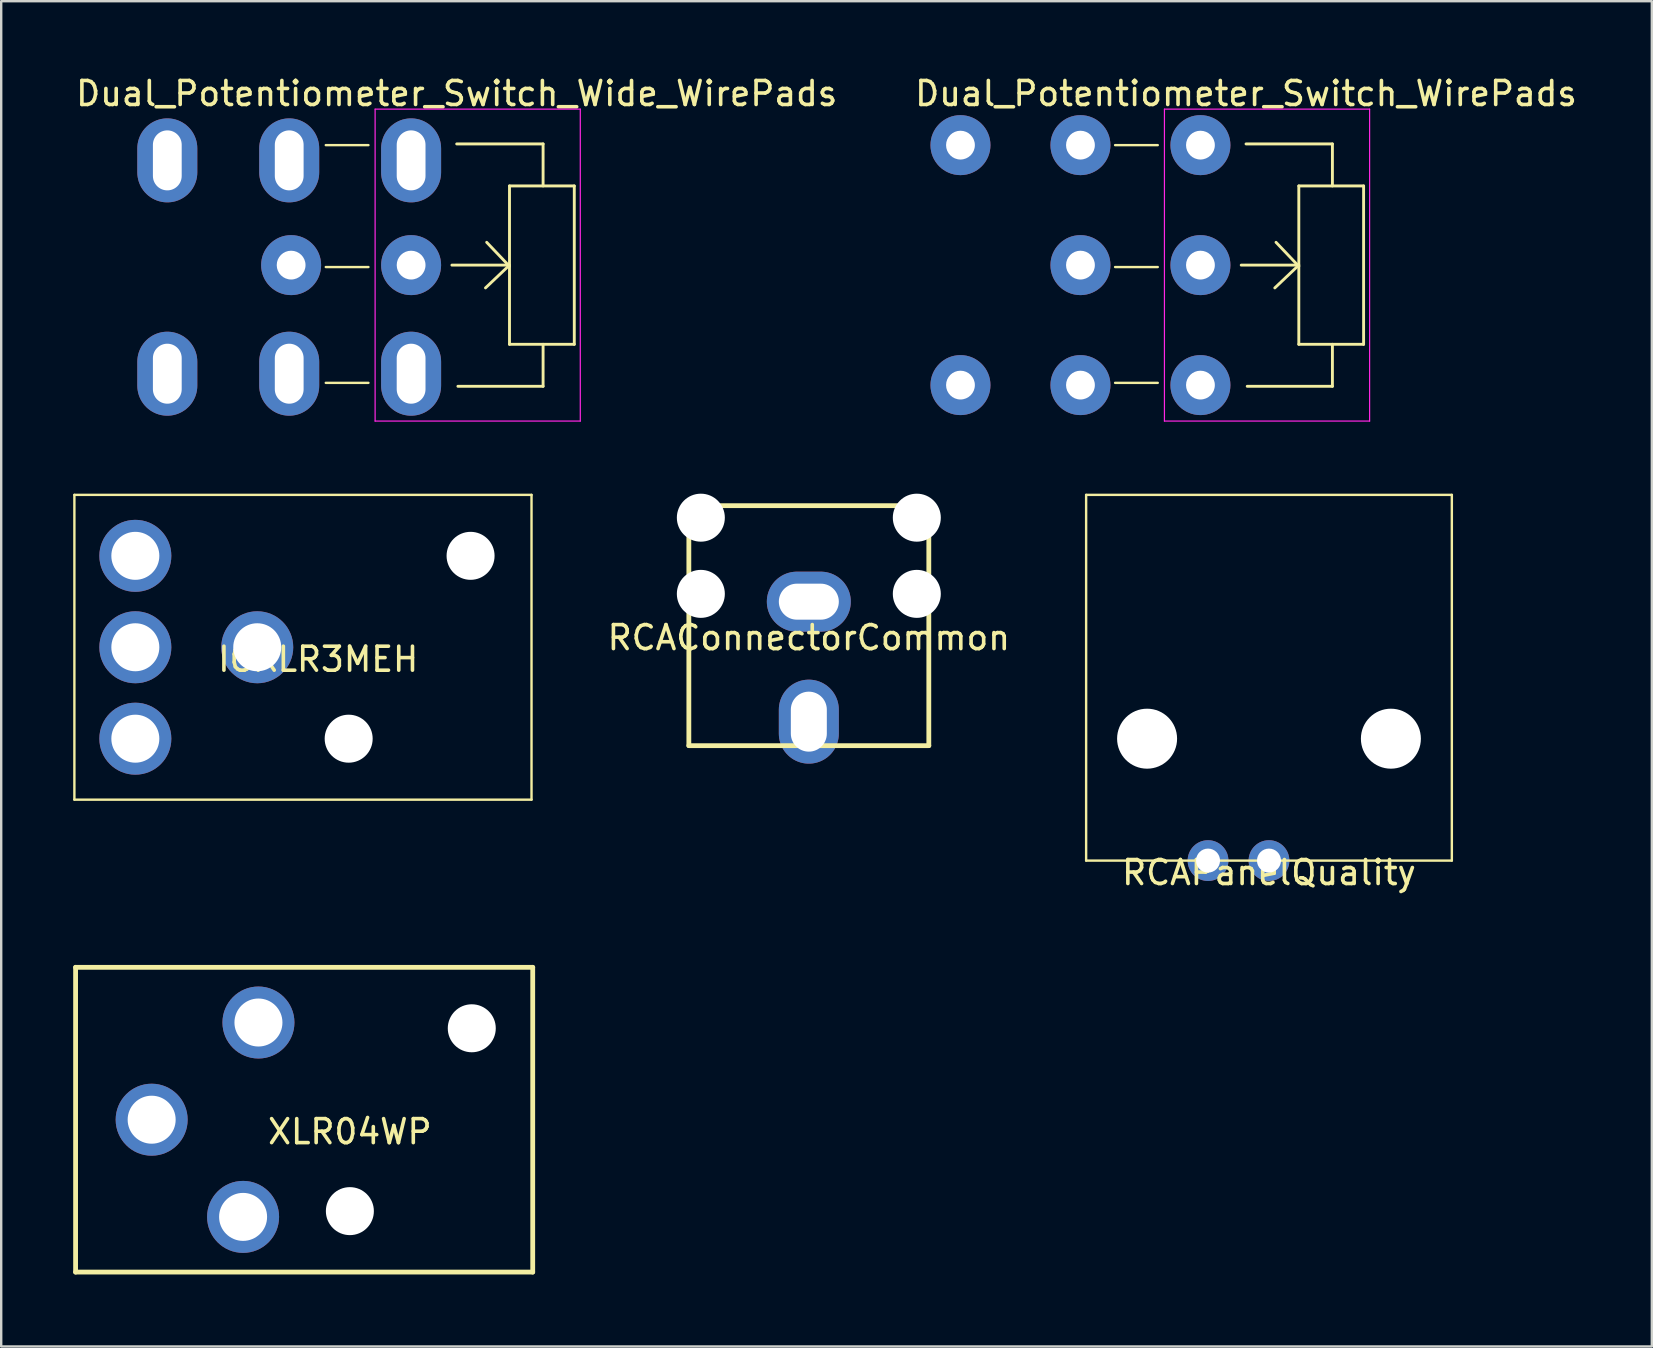
<source format=kicad_pcb>
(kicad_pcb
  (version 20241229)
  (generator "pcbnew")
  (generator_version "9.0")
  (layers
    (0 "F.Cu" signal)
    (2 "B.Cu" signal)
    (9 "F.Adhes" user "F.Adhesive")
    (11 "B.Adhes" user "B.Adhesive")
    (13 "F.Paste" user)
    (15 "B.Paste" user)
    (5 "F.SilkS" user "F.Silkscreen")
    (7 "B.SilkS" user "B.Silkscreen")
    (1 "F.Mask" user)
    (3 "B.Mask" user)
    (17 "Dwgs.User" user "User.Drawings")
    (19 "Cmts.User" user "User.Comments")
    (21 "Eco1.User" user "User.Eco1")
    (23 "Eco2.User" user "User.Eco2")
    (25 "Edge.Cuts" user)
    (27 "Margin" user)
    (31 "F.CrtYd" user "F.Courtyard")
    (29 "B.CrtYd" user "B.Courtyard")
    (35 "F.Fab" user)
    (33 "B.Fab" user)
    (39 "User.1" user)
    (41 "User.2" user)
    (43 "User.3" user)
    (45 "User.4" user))
  (footprint "RCAConnectorCommon"
    (layer "F.Cu")
    (at 30.656 23.023)
    (property "Reference" "RCAConnectorCommon" (at 0 0.5 0) (layer "F.SilkS") (effects (font (size 1 1) (thickness 0.15))))
    (attr through_hole)
    (fp_line (start -5 -5) (end 5 -5) (stroke (width 0.2) (type solid)) (layer "F.SilkS"))
    (fp_line (start -5 5) (end -5 -5) (stroke (width 0.2) (type solid)) (layer "F.SilkS"))
    (fp_line (start 5 -5) (end 5 5) (stroke (width 0.2) (type solid)) (layer "F.SilkS"))
    (fp_line (start 5 5) (end -5 5) (stroke (width 0.2) (type solid)) (layer "F.SilkS"))
    (pad "" np_thru_hole oval (at -4.5 -4.5) (size 2 2) (drill oval 2) (layers "*.Cu" "*.Mask"))
    (pad "" np_thru_hole oval (at -4.5 -1.325) (size 2 2) (drill oval 2) (layers "*.Cu" "*.Mask"))
    (pad "" np_thru_hole oval (at 4.5 -4.5) (size 2 2) (drill oval 2) (layers "*.Cu" "*.Mask"))
    (pad "" np_thru_hole oval (at 4.5 -1.325) (size 2 2) (drill oval 2) (layers "*.Cu" "*.Mask"))
    (pad "1" thru_hole oval (at 0 -1) (size 3.5 2.5) (drill oval 2.5 1.5) (layers "*.Cu" "*.Mask"))
    (pad "2" thru_hole oval (at 0 4) (size 2.5 3.5) (drill oval 1.5 2.5) (layers "*.Cu" "*.Mask")))
  (footprint "Dual_Potentiometer_Switch_WirePads"
    (layer "F.Cu")
    (at 46.975 2.998)
    (property "Reference" "Dual_Potentiometer_Switch_WirePads" (at 1.9 -2.15 0) (layer "F.SilkS") (effects (font (size 1 1) (thickness 0.15))))
    (attr through_hole)
    (fp_line (start -1.778 0) (end -3.556 0) (stroke (width 0.1) (type solid)) (layer "F.SilkS"))
    (fp_line (start -1.778 5.08) (end -3.556 5.08) (stroke (width 0.1) (type solid)) (layer "F.SilkS"))
    (fp_line (start -1.778 9.906) (end -3.556 9.906) (stroke (width 0.1) (type solid)) (layer "F.SilkS"))
    (fp_line (start 4.05 5) (end 1.7 5) (stroke (width 0.12) (type solid)) (layer "F.SilkS"))
    (fp_line (start 4.1 1.7) (end 6.8 1.7) (stroke (width 0.12) (type solid)) (layer "F.SilkS"))
    (fp_line (start 4.1 5) (end 3.1 5.95) (stroke (width 0.12) (type solid)) (layer "F.SilkS"))
    (fp_line (start 4.1 5.05) (end 3.15 4.05) (stroke (width 0.12) (type solid)) (layer "F.SilkS"))
    (fp_line (start 4.1 8.3) (end 4.1 1.7) (stroke (width 0.12) (type solid)) (layer "F.SilkS"))
    (fp_line (start 5.5 -0.05) (end 1.9 -0.05) (stroke (width 0.12) (type solid)) (layer "F.SilkS"))
    (fp_line (start 5.5 1.7) (end 5.5 -0.05) (stroke (width 0.12) (type solid)) (layer "F.SilkS"))
    (fp_line (start 5.5 8.3) (end 5.5 10.05) (stroke (width 0.12) (type solid)) (layer "F.SilkS"))
    (fp_line (start 5.5 10.05) (end 1.95 10.05) (stroke (width 0.12) (type solid)) (layer "F.SilkS"))
    (fp_line (start 6.8 1.7) (end 6.8 8.3) (stroke (width 0.12) (type solid)) (layer "F.SilkS"))
    (fp_line (start 6.8 8.3) (end 4.1 8.3) (stroke (width 0.12) (type solid)) (layer "F.SilkS"))
    (fp_line (start -1.5 -1.5) (end -1.5 11.5) (stroke (width 0.05) (type solid)) (layer "F.CrtYd"))
    (fp_line (start -1.5 -1.5) (end 7.05 -1.5) (stroke (width 0.05) (type solid)) (layer "F.CrtYd"))
    (fp_line (start 7.05 11.5) (end -1.5 11.5) (stroke (width 0.05) (type solid)) (layer "F.CrtYd"))
    (fp_line (start 7.05 11.5) (end 7.05 -1.5) (stroke (width 0.05) (type solid)) (layer "F.CrtYd"))
    (pad "1" thru_hole circle (at 0 0) (size 2.5 2.5) (drill 1.2) (layers "*.Cu" "*.Mask"))
    (pad "2" thru_hole circle (at 0 5) (size 2.5 2.5) (drill 1.2) (layers "*.Cu" "*.Mask"))
    (pad "3" thru_hole circle (at 0 10) (size 2.5 2.5) (drill 1.2) (layers "*.Cu" "*.Mask"))
    (pad "4" thru_hole circle (at -5 0) (size 2.5 2.5) (drill 1.2) (layers "*.Cu" "*.Mask"))
    (pad "5" thru_hole circle (at -5 5) (size 2.5 2.5) (drill 1.2) (layers "*.Cu" "*.Mask"))
    (pad "6" thru_hole circle (at -5 10) (size 2.5 2.5) (drill 1.2) (layers "*.Cu" "*.Mask"))
    (pad "7" thru_hole circle (at -10 0) (size 2.5 2.5) (drill 1.2) (layers "*.Cu" "*.Mask"))
    (pad "8" thru_hole circle (at -10 10) (size 2.5 2.5) (drill 1.2) (layers "*.Cu" "*.Mask")))
  (footprint "IOXLR3MEH"
    (layer "F.Cu")
    (at 10.21 23.923)
    (property "Reference" "IOXLR3MEH" (at 0 0.5 0) (layer "F.SilkS") (effects (font (size 1 1) (thickness 0.15))))
    (attr through_hole)
    (fp_line (start -10.16 -6.35) (end 8.89 -6.35) (stroke (width 0.1) (type solid)) (layer "F.SilkS"))
    (fp_line (start -10.16 6.35) (end -10.16 -6.35) (stroke (width 0.1) (type solid)) (layer "F.SilkS"))
    (fp_line (start 8.89 -6.35) (end 8.89 6.35) (stroke (width 0.1) (type solid)) (layer "F.SilkS"))
    (fp_line (start 8.89 6.35) (end -10.16 6.35) (stroke (width 0.1) (type solid)) (layer "F.SilkS"))
    (pad "" np_thru_hole circle (at 1.27 3.81) (size 2 2) (drill 2) (layers "*.Cu" "*.Mask"))
    (pad "" np_thru_hole circle (at 6.35 -3.81) (size 2 2) (drill 2) (layers "*.Cu" "*.Mask"))
    (pad "1" thru_hole circle (at -7.62 3.81) (size 3 3) (drill 2) (layers "*.Cu" "*.Mask"))
    (pad "2" thru_hole circle (at -7.62 -3.81) (size 3 3) (drill 2) (layers "*.Cu" "*.Mask"))
    (pad "3" thru_hole circle (at -7.62 0) (size 3 3) (drill 2) (layers "*.Cu" "*.Mask"))
    (pad "G" thru_hole circle (at -2.54 0) (size 3 3) (drill 2) (layers "*.Cu" "*.Mask")))
  (footprint "RCAPanelQuality"
    (layer "F.Cu")
    (at 49.832 32.813)
    (property "Reference" "RCAPanelQuality" (at 0 0.5 0) (layer "F.SilkS") (effects (font (size 1 1) (thickness 0.15))))
    (attr through_hole)
    (fp_line (start -7.62 -15.24) (end -7.62 0) (stroke (width 0.1) (type solid)) (layer "F.SilkS"))
    (fp_line (start -7.62 0) (end 7.62 0) (stroke (width 0.1) (type solid)) (layer "F.SilkS"))
    (fp_line (start 7.62 -15.24) (end -7.62 -15.24) (stroke (width 0.1) (type solid)) (layer "F.SilkS"))
    (fp_line (start 7.62 0) (end 7.62 -15.24) (stroke (width 0.1) (type solid)) (layer "F.SilkS"))
    (pad "" np_thru_hole circle (at -5.08 -5.08) (size 2.5 2.5) (drill 2.5) (layers "*.Cu" "*.Mask"))
    (pad "" np_thru_hole circle (at 5.08 -5.08) (size 2.5 2.5) (drill 2.5) (layers "*.Cu" "*.Mask"))
    (pad "1" thru_hole circle (at -2.54 0) (size 1.7 1.7) (drill 1) (layers "*.Cu" "*.Mask"))
    (pad "2" thru_hole circle (at 0 0) (size 1.7 1.7) (drill 1) (layers "*.Cu" "*.Mask")))
  (footprint "Dual_Potentiometer_Switch_Wide_WirePads"
    (layer "F.Cu")
    (at 14.082 8.078)
    (property "Reference" "Dual_Potentiometer_Switch_Wide_WirePads" (at 1.9 -7.23 0) (layer "F.SilkS") (effects (font (size 1 1) (thickness 0.15))))
    (attr through_hole)
    (fp_line (start -1.778 -5.08) (end -3.556 -5.08) (stroke (width 0.1) (type solid)) (layer "F.SilkS"))
    (fp_line (start -1.778 0) (end -3.556 0) (stroke (width 0.1) (type solid)) (layer "F.SilkS"))
    (fp_line (start -1.778 4.826) (end -3.556 4.826) (stroke (width 0.1) (type solid)) (layer "F.SilkS"))
    (fp_line (start 4.05 -0.08) (end 1.7 -0.08) (stroke (width 0.12) (type solid)) (layer "F.SilkS"))
    (fp_line (start 4.1 -3.38) (end 6.8 -3.38) (stroke (width 0.12) (type solid)) (layer "F.SilkS"))
    (fp_line (start 4.1 -0.08) (end 3.1 0.87) (stroke (width 0.12) (type solid)) (layer "F.SilkS"))
    (fp_line (start 4.1 -0.03) (end 3.15 -1.03) (stroke (width 0.12) (type solid)) (layer "F.SilkS"))
    (fp_line (start 4.1 3.22) (end 4.1 -3.38) (stroke (width 0.12) (type solid)) (layer "F.SilkS"))
    (fp_line (start 5.5 -5.13) (end 1.9 -5.13) (stroke (width 0.12) (type solid)) (layer "F.SilkS"))
    (fp_line (start 5.5 -3.38) (end 5.5 -5.13) (stroke (width 0.12) (type solid)) (layer "F.SilkS"))
    (fp_line (start 5.5 3.22) (end 5.5 4.97) (stroke (width 0.12) (type solid)) (layer "F.SilkS"))
    (fp_line (start 5.5 4.97) (end 1.95 4.97) (stroke (width 0.12) (type solid)) (layer "F.SilkS"))
    (fp_line (start 6.8 -3.38) (end 6.8 3.22) (stroke (width 0.12) (type solid)) (layer "F.SilkS"))
    (fp_line (start 6.8 3.22) (end 4.1 3.22) (stroke (width 0.12) (type solid)) (layer "F.SilkS"))
    (fp_line (start -1.5 -6.58) (end -1.5 6.42) (stroke (width 0.05) (type solid)) (layer "F.CrtYd"))
    (fp_line (start -1.5 -6.58) (end 7.05 -6.58) (stroke (width 0.05) (type solid)) (layer "F.CrtYd"))
    (fp_line (start 7.05 6.42) (end -1.5 6.42) (stroke (width 0.05) (type solid)) (layer "F.CrtYd"))
    (fp_line (start 7.05 6.42) (end 7.05 -6.58) (stroke (width 0.05) (type solid)) (layer "F.CrtYd"))
    (pad "1" thru_hole oval (at 0 -4.445) (size 2.5 3.5) (drill oval 1.2 2.5) (layers "*.Cu" "*.Mask"))
    (pad "2" thru_hole circle (at 0 -0.08) (size 2.5 2.5) (drill 1.2) (layers "*.Cu" "*.Mask"))
    (pad "3" thru_hole oval (at 0 4.445) (size 2.5 3.5) (drill oval 1.2 2.5) (layers "*.Cu" "*.Mask"))
    (pad "4" thru_hole oval (at -5.08 -4.445) (size 2.5 3.5) (drill oval 1.2 2.5) (layers "*.Cu" "*.Mask"))
    (pad "5" thru_hole circle (at -5 -0.08) (size 2.5 2.5) (drill 1.2) (layers "*.Cu" "*.Mask"))
    (pad "6" thru_hole oval (at -5.08 4.445) (size 2.5 3.5) (drill oval 1.2 2.5) (layers "*.Cu" "*.Mask"))
    (pad "7" thru_hole oval (at -10.16 -4.445) (size 2.5 3.5) (drill oval 1.2 2.5) (layers "*.Cu" "*.Mask"))
    (pad "8" thru_hole oval (at -10.16 4.445) (size 2.5 3.5) (drill oval 1.2 2.5) (layers "*.Cu" "*.Mask")))
  (footprint "XLR04WP"
    (layer "F.Cu")
    (at 11.53 43.611)
    (property "Reference" "XLR04WP" (at 0 0.5 0) (layer "F.SilkS") (effects (font (size 1 1) (thickness 0.15))))
    (attr through_hole)
    (fp_line (start -11.43 -6.35) (end -11.43 6.35) (stroke (width 0.2) (type solid)) (layer "F.SilkS"))
    (fp_line (start -11.43 6.35) (end 7.62 6.35) (stroke (width 0.2) (type solid)) (layer "F.SilkS"))
    (fp_line (start 7.62 -6.35) (end -11.43 -6.35) (stroke (width 0.2) (type solid)) (layer "F.SilkS"))
    (fp_line (start 7.62 6.35) (end 7.62 -6.35) (stroke (width 0.2) (type solid)) (layer "F.SilkS"))
    (pad "" np_thru_hole circle (at 0 3.81) (size 2 2) (drill 2) (layers "*.Cu" "*.Mask"))
    (pad "" np_thru_hole circle (at 5.08 -3.81) (size 2 2) (drill 2) (layers "*.Cu" "*.Mask"))
    (pad "1" thru_hole circle (at -3.81 -4.05) (size 3 3) (drill 2) (layers "*.Cu" "*.Mask"))
    (pad "2" thru_hole circle (at -4.45 4.05) (size 3 3) (drill 2) (layers "*.Cu" "*.Mask"))
    (pad "3" thru_hole circle (at -8.26 0) (size 3 3) (drill 2) (layers "*.Cu" "*.Mask")))
  (gr_rect
    (start -3 -3)
    (end 65.786 53.062)
    (stroke (width 0.1) (type default))
    (fill no)
    (layer "Edge.Cuts")))
</source>
